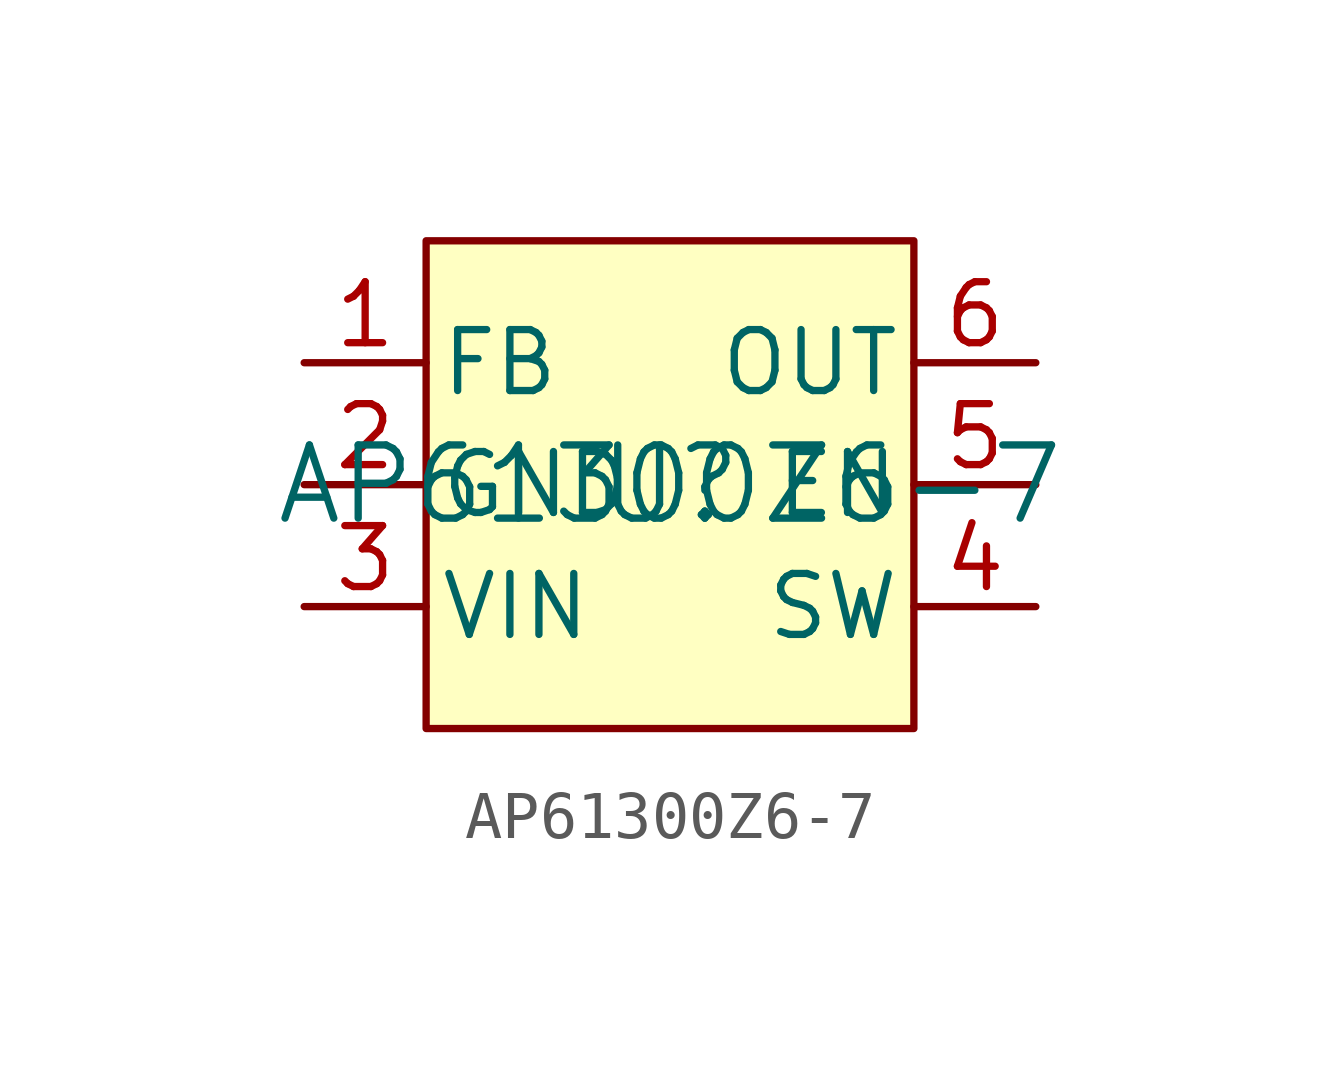
<source format=kicad_sym>
(kicad_symbol_lib
  (version 20220914)
  (generator kicad_symbol_editor)
  (symbol "AP61300Z6-7"
    (pin_names
      (offset 0.254))
    (property "Reference" "U"
      (at 0 0 0)
      (effects (font (size 1.524 1.524))))
    (property "Value" "AP61300Z6-7"
      (at 0 0 0)
      (effects (font (size 1.524 1.524))))
    (property "ki_locked" ""
      (at 0 0 0)
      (effects (font (size 1.27 1.27))))
    (symbol "AP61300Z6-7_1_1"
      (rectangle (start -5.08 5.08) (end 5.08 -5.08) (stroke (width 0) (type default)) (fill (type background)))
      (pin unspecified line (at -7.62 2.54 0) (length 2.54) (name "FB" (effects (font (size 1.27 1.27)))) (number "1" (effects (font (size 1.27 1.27)))))
      (pin unspecified line (at -7.62 0 0) (length 2.54) (name "GND" (effects (font (size 1.27 1.27)))) (number "2" (effects (font (size 1.27 1.27)))))
      (pin unspecified line (at -7.62 -2.54 0) (length 2.54) (name "VIN" (effects (font (size 1.27 1.27)))) (number "3" (effects (font (size 1.27 1.27)))))
      (pin unspecified line (at 7.62 -2.54 180) (length 2.54) (name "SW" (effects (font (size 1.27 1.27)))) (number "4" (effects (font (size 1.27 1.27)))))
      (pin unspecified line (at 7.62 0 180) (length 2.54) (name "EN" (effects (font (size 1.27 1.27)))) (number "5" (effects (font (size 1.27 1.27)))))
      (pin unspecified line (at 7.62 2.54 180) (length 2.54) (name "OUT" (effects (font (size 1.27 1.27)))) (number "6" (effects (font (size 1.27 1.27))))))))
</source>
